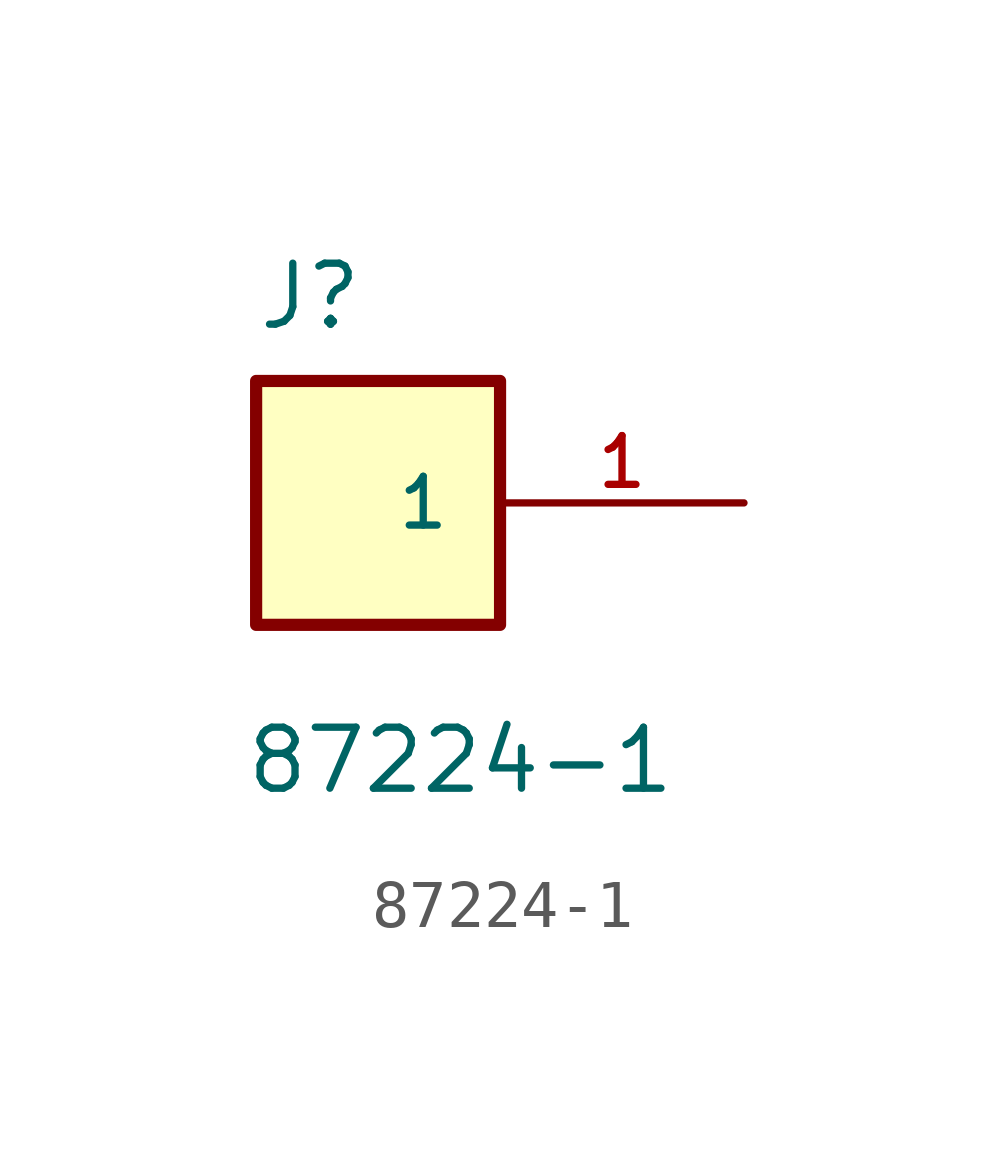
<source format=kicad_sym>
(kicad_symbol_lib
  (version 20211014)
  (generator kicad_symbol_editor)
  (symbol "87224-1"
    (pin_names
      (offset 1.016))
    (property "Reference" "J"
      (at -2.542 3.559 0)
      (effects (font (size 1.27 1.27)) (justify bottom left)))
    (property "Value" "87224-1"
      (at -2.798 -6.105 0)
      (effects (font (size 1.27 1.27)) (justify bottom left)))
    (symbol "87224-1_0_0"
      (rectangle (start -2.54 -2.54) (end 2.54 2.54) (stroke (width 0.254)) (fill (type background)))
      (pin passive line (at 7.62 0.0 180.0) (length 5.08) (name "1" (effects (font (size 1.016 1.016)))) (number "1" (effects (font (size 1.016 1.016))))))))
</source>
